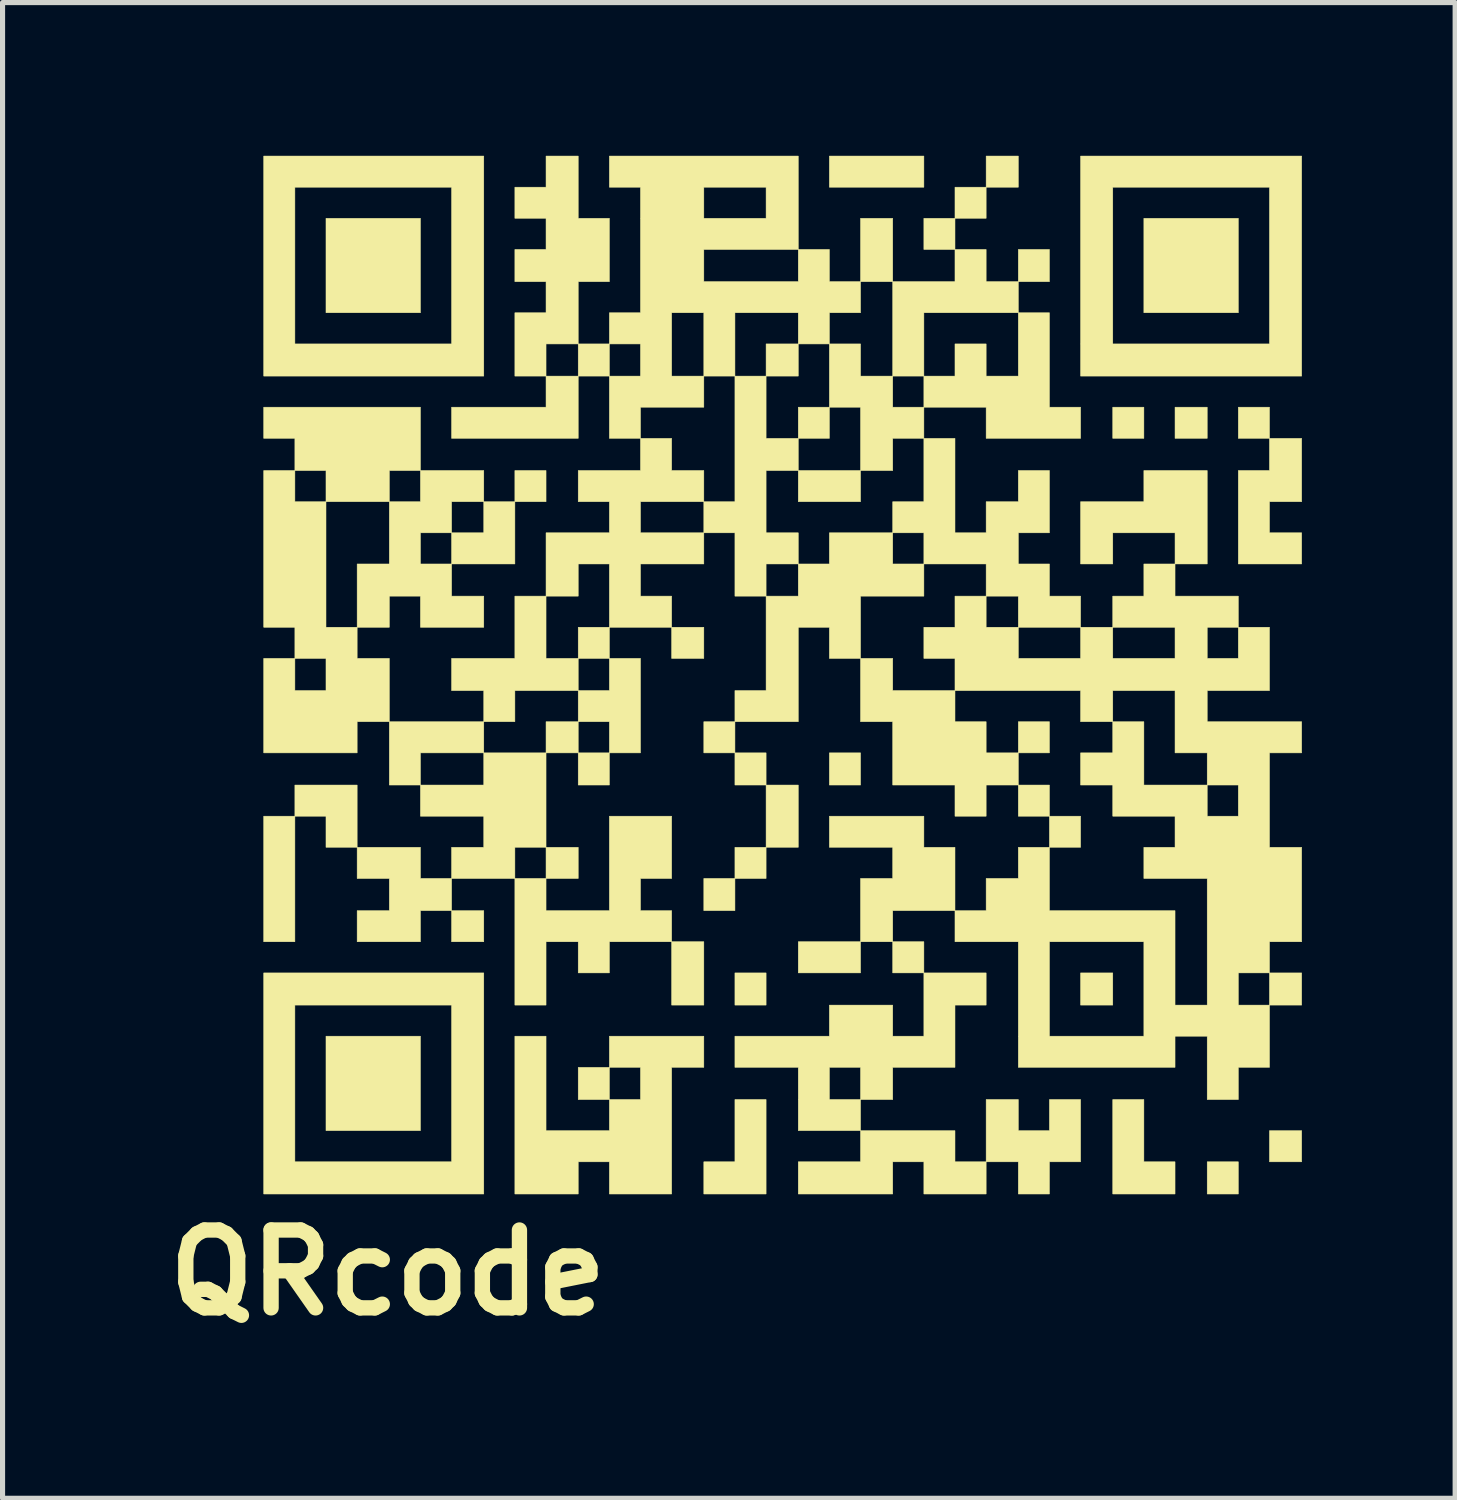
<source format=kicad_pcb>
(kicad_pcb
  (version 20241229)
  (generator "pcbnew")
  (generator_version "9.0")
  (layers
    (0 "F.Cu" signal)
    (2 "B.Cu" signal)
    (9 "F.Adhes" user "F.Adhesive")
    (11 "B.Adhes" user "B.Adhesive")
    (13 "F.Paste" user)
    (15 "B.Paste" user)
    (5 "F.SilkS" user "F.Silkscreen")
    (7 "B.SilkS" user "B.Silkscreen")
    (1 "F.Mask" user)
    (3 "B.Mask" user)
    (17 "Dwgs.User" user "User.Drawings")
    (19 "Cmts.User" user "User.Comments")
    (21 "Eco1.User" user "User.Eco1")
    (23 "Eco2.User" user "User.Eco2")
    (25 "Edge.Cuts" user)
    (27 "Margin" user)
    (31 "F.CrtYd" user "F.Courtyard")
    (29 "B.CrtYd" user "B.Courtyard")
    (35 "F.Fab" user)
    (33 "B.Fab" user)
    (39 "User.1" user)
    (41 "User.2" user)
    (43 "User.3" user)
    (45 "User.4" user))
  (footprint "QRcode"
    (layer "F.Cu")
    (at 12.273 10.165)
    (property "Reference" "QRcode" (at -7.73 11.7 0) (layer "F.SilkS") (effects (font (size 1.524 1.524) (thickness 0.3))))
    (attr through_hole)
    (fp_poly (pts (xy -9.55 5.222) (xy -10.16 5.222) (xy -10.16 2.764) (xy -9.55 2.764) (xy -9.55 5.222)) (stroke (width 0.01) (type solid)) (fill yes) (layer "F.SilkS"))
    (fp_poly (pts (xy -7.092 -7.092) (xy -8.941 -7.092) (xy -8.941 -8.941) (xy -7.092 -8.941) (xy -7.092 -7.092)) (stroke (width 0.01) (type solid)) (fill yes) (layer "F.SilkS"))
    (fp_poly (pts (xy -7.092 8.92) (xy -8.941 8.92) (xy -8.941 7.071) (xy -7.092 7.071) (xy -7.092 8.92)) (stroke (width 0.01) (type solid)) (fill yes) (layer "F.SilkS"))
    (fp_poly (pts (xy -5.852 5.222) (xy -6.482 5.222) (xy -6.482 4.613) (xy -5.852 4.613) (xy -5.852 5.222)) (stroke (width 0.01) (type solid)) (fill yes) (layer "F.SilkS"))
    (fp_poly (pts (xy -5.243 -4.003) (xy -4.633 -4.003) (xy -4.633 -3.393) (xy -5.243 -3.393) (xy -5.243 -4.003)) (stroke (width 0.01) (type solid)) (fill yes) (layer "F.SilkS"))
    (fp_poly (pts (xy -4.633 3.373) (xy -4.003 3.373) (xy -4.003 3.983) (xy -4.633 3.983) (xy -4.633 3.373)) (stroke (width 0.01) (type solid)) (fill yes) (layer "F.SilkS"))
    (fp_poly (pts (xy -1.544 -0.325) (xy -2.174 -0.325) (xy -2.174 -0.935) (xy -1.544 -0.935) (xy -1.544 -0.325)) (stroke (width 0.01) (type solid)) (fill yes) (layer "F.SilkS"))
    (fp_poly (pts (xy -1.544 1.524) (xy -1.544 0.914) (xy -0.935 0.914) (xy -0.935 1.524) (xy -1.544 1.524)) (stroke (width 0.01) (type solid)) (fill yes) (layer "F.SilkS"))
    (fp_poly (pts (xy -1.544 6.462) (xy -2.174 6.462) (xy -2.174 5.222) (xy -1.544 5.222) (xy -1.544 6.462)) (stroke (width 0.01) (type solid)) (fill yes) (layer "F.SilkS"))
    (fp_poly (pts (xy -0.935 2.154) (xy -0.935 1.524) (xy -0.325 1.524) (xy -0.325 2.154) (xy -0.935 2.154)) (stroke (width 0.01) (type solid)) (fill yes) (layer "F.SilkS"))
    (fp_poly (pts (xy -0.935 3.373) (xy -0.325 3.373) (xy -0.325 3.983) (xy -0.935 3.983) (xy -0.935 3.373)) (stroke (width 0.01) (type solid)) (fill yes) (layer "F.SilkS"))
    (fp_poly (pts (xy -0.935 4.613) (xy -1.544 4.613) (xy -1.544 3.983) (xy -0.935 3.983) (xy -0.935 4.613)) (stroke (width 0.01) (type solid)) (fill yes) (layer "F.SilkS"))
    (fp_poly (pts (xy -0.325 2.154) (xy 0.305 2.154) (xy 0.305 3.373) (xy -0.325 3.373) (xy -0.325 2.154)) (stroke (width 0.01) (type solid)) (fill yes) (layer "F.SilkS"))
    (fp_poly (pts (xy -0.325 6.462) (xy -0.935 6.462) (xy -0.935 5.832) (xy -0.325 5.832) (xy -0.325 6.462)) (stroke (width 0.01) (type solid)) (fill yes) (layer "F.SilkS"))
    (fp_poly (pts (xy 0.305 -5.852) (xy -0.325 -5.852) (xy -0.325 -6.482) (xy 0.305 -6.482) (xy 0.305 -5.852)) (stroke (width 0.01) (type solid)) (fill yes) (layer "F.SilkS"))
    (fp_poly (pts (xy 0.914 -4.633) (xy 0.305 -4.633) (xy 0.305 -5.243) (xy 0.914 -5.243) (xy 0.914 -4.633)) (stroke (width 0.01) (type solid)) (fill yes) (layer "F.SilkS"))
    (fp_poly (pts (xy 1.524 -7.701) (xy 1.524 -8.941) (xy 2.154 -8.941) (xy 2.154 -7.701) (xy 1.524 -7.701)) (stroke (width 0.01) (type solid)) (fill yes) (layer "F.SilkS"))
    (fp_poly (pts (xy 1.524 -3.393) (xy 0.305 -3.393) (xy 0.305 -4.003) (xy 1.524 -4.003) (xy 1.524 -3.393)) (stroke (width 0.01) (type solid)) (fill yes) (layer "F.SilkS"))
    (fp_poly (pts (xy 1.524 2.154) (xy 0.914 2.154) (xy 0.914 1.524) (xy 1.524 1.524) (xy 1.524 2.154)) (stroke (width 0.01) (type solid)) (fill yes) (layer "F.SilkS"))
    (fp_poly (pts (xy 1.524 5.832) (xy 0.305 5.832) (xy 0.305 5.222) (xy 1.524 5.222) (xy 1.524 5.832)) (stroke (width 0.01) (type solid)) (fill yes) (layer "F.SilkS"))
    (fp_poly (pts (xy 2.154 5.832) (xy 2.154 5.222) (xy 2.764 5.222) (xy 2.764 5.832) (xy 2.154 5.832)) (stroke (width 0.01) (type solid)) (fill yes) (layer "F.SilkS"))
    (fp_poly (pts (xy 2.764 -9.55) (xy 0.914 -9.55) (xy 0.914 -10.16) (xy 2.764 -10.16) (xy 2.764 -9.55)) (stroke (width 0.01) (type solid)) (fill yes) (layer "F.SilkS"))
    (fp_poly (pts (xy 3.373 -8.331) (xy 2.764 -8.331) (xy 2.764 -8.941) (xy 3.373 -8.941) (xy 3.373 -8.331)) (stroke (width 0.01) (type solid)) (fill yes) (layer "F.SilkS"))
    (fp_poly (pts (xy 3.983 -10.16) (xy 4.613 -10.16) (xy 4.613 -9.55) (xy 3.983 -9.55) (xy 3.983 -10.16)) (stroke (width 0.01) (type solid)) (fill yes) (layer "F.SilkS"))
    (fp_poly (pts (xy 3.983 -8.941) (xy 3.373 -8.941) (xy 3.373 -9.55) (xy 3.983 -9.55) (xy 3.983 -8.941)) (stroke (width 0.01) (type solid)) (fill yes) (layer "F.SilkS"))
    (fp_poly (pts (xy 4.613 -8.331) (xy 5.222 -8.331) (xy 5.222 -7.701) (xy 4.613 -7.701) (xy 4.613 -8.331)) (stroke (width 0.01) (type solid)) (fill yes) (layer "F.SilkS"))
    (fp_poly (pts (xy 4.613 2.764) (xy 4.613 2.154) (xy 5.222 2.154) (xy 5.222 2.764) (xy 4.613 2.764)) (stroke (width 0.01) (type solid)) (fill yes) (layer "F.SilkS"))
    (fp_poly (pts (xy 5.222 1.524) (xy 4.613 1.524) (xy 4.613 0.914) (xy 5.222 0.914) (xy 5.222 1.524)) (stroke (width 0.01) (type solid)) (fill yes) (layer "F.SilkS"))
    (fp_poly (pts (xy 5.832 2.764) (xy 5.832 3.373) (xy 5.222 3.373) (xy 5.222 2.764) (xy 5.832 2.764)) (stroke (width 0.01) (type solid)) (fill yes) (layer "F.SilkS"))
    (fp_poly (pts (xy 6.462 6.462) (xy 5.832 6.462) (xy 5.832 5.832) (xy 6.462 5.832) (xy 6.462 6.462)) (stroke (width 0.01) (type solid)) (fill yes) (layer "F.SilkS"))
    (fp_poly (pts (xy 7.071 -4.633) (xy 6.462 -4.633) (xy 6.462 -5.243) (xy 7.071 -5.243) (xy 7.071 -4.633)) (stroke (width 0.01) (type solid)) (fill yes) (layer "F.SilkS"))
    (fp_poly (pts (xy 8.311 -4.633) (xy 7.681 -4.633) (xy 7.681 -5.243) (xy 8.311 -5.243) (xy 8.311 -4.633)) (stroke (width 0.01) (type solid)) (fill yes) (layer "F.SilkS"))
    (fp_poly (pts (xy 8.92 -7.092) (xy 7.071 -7.092) (xy 7.071 -8.941) (xy 8.92 -8.941) (xy 8.92 -7.092)) (stroke (width 0.01) (type solid)) (fill yes) (layer "F.SilkS"))
    (fp_poly (pts (xy 8.92 -4.633) (xy 8.92 -5.243) (xy 9.53 -5.243) (xy 9.53 -4.633) (xy 8.92 -4.633)) (stroke (width 0.01) (type solid)) (fill yes) (layer "F.SilkS"))
    (fp_poly (pts (xy 8.92 10.16) (xy 8.311 10.16) (xy 8.311 9.53) (xy 8.92 9.53) (xy 8.92 10.16)) (stroke (width 0.01) (type solid)) (fill yes) (layer "F.SilkS"))
    (fp_poly (pts (xy 9.53 5.832) (xy 10.16 5.832) (xy 10.16 6.462) (xy 9.53 6.462) (xy 9.53 5.832)) (stroke (width 0.01) (type solid)) (fill yes) (layer "F.SilkS"))
    (fp_poly (pts (xy 10.16 9.53) (xy 9.53 9.53) (xy 9.53 8.92) (xy 10.16 8.92) (xy 10.16 9.53)) (stroke (width 0.01) (type solid)) (fill yes) (layer "F.SilkS"))
    (fp_poly (pts (xy -9.55 2.154) (xy -8.331 2.154) (xy -8.331 3.373) (xy -8.941 3.373) (xy -8.941 2.764) (xy -9.55 2.764) (xy -9.55 2.154)) (stroke (width 0.01) (type solid)) (fill yes) (layer "F.SilkS"))
    (fp_poly (pts (xy -0.325 10.16) (xy -1.544 10.16) (xy -1.544 9.53) (xy -0.935 9.53) (xy -0.935 8.311) (xy -0.325 8.311) (xy -0.325 10.16)) (stroke (width 0.01) (type solid)) (fill yes) (layer "F.SilkS"))
    (fp_poly (pts (xy 7.071 9.53) (xy 7.681 9.53) (xy 7.681 10.16) (xy 6.462 10.16) (xy 6.462 8.311) (xy 7.071 8.311) (xy 7.071 9.53)) (stroke (width 0.01) (type solid)) (fill yes) (layer "F.SilkS"))
    (fp_poly (pts (xy 3.983 -8.331) (xy 3.983 -7.701) (xy 4.613 -7.701) (xy 4.613 -7.092) (xy 2.764 -7.092) (xy 2.764 -5.852) (xy 2.154 -5.852) (xy 2.154 -7.701) (xy 3.373 -7.701) (xy 3.373 -8.331) (xy 3.983 -8.331)) (stroke (width 0.01) (type solid)) (fill yes) (layer "F.SilkS"))
    (fp_poly (pts (xy 7.681 -2.784) (xy 6.462 -2.784) (xy 6.462 -2.174) (xy 5.832 -2.174) (xy 5.832 -3.393) (xy 7.071 -3.393) (xy 7.071 -4.003) (xy 8.311 -4.003) (xy 8.311 -2.174) (xy 7.681 -2.174) (xy 7.681 -2.784)) (stroke (width 0.01) (type solid)) (fill yes) (layer "F.SilkS"))
    (fp_poly (pts (xy 10.16 -4.633) (xy 10.16 -3.393) (xy 9.53 -3.393) (xy 9.53 -2.784) (xy 10.16 -2.784) (xy 10.16 -2.174) (xy 8.92 -2.174) (xy 8.92 -4.003) (xy 9.53 -4.003) (xy 9.53 -4.633) (xy 10.16 -4.633)) (stroke (width 0.01) (type solid)) (fill yes) (layer "F.SilkS"))
    (fp_poly (pts (xy -5.852 -5.852) (xy -10.16 -5.852) (xy -10.16 -9.55) (xy -9.55 -9.55) (xy -9.55 -6.482) (xy -6.482 -6.482) (xy -6.482 -9.55) (xy -9.55 -9.55) (xy -10.16 -9.55) (xy -10.16 -10.16) (xy -5.852 -10.16) (xy -5.852 -5.852)) (stroke (width 0.01) (type solid)) (fill yes) (layer "F.SilkS"))
    (fp_poly (pts (xy -5.852 10.16) (xy -10.16 10.16) (xy -10.16 6.462) (xy -9.55 6.462) (xy -9.55 9.53) (xy -6.482 9.53) (xy -6.482 6.462) (xy -9.55 6.462) (xy -10.16 6.462) (xy -10.16 5.832) (xy -5.852 5.832) (xy -5.852 10.16)) (stroke (width 0.01) (type solid)) (fill yes) (layer "F.SilkS"))
    (fp_poly (pts (xy 10.16 -5.852) (xy 5.832 -5.852) (xy 5.832 -9.55) (xy 6.462 -9.55) (xy 6.462 -6.482) (xy 9.53 -6.482) (xy 9.53 -9.55) (xy 6.462 -9.55) (xy 5.832 -9.55) (xy 5.832 -10.16) (xy 10.16 -10.16) (xy 10.16 -5.852)) (stroke (width 0.01) (type solid)) (fill yes) (layer "F.SilkS"))
    (fp_poly (pts (xy -7.092 3.373) (xy -7.092 3.983) (xy -6.482 3.983) (xy -6.482 4.613) (xy -7.092 4.613) (xy -7.092 5.222) (xy -8.331 5.222) (xy -8.331 4.613) (xy -7.701 4.613) (xy -7.701 3.983) (xy -8.331 3.983) (xy -8.331 3.373) (xy -7.092 3.373)) (stroke (width 0.01) (type solid)) (fill yes) (layer "F.SilkS"))
    (fp_poly (pts (xy 1.524 3.983) (xy 2.154 3.983) (xy 2.154 3.373) (xy 0.914 3.373) (xy 0.914 2.764) (xy 2.764 2.764) (xy 2.764 3.373) (xy 3.373 3.373) (xy 3.373 4.613) (xy 2.154 4.613) (xy 2.154 5.222) (xy 1.524 5.222) (xy 1.524 3.983)) (stroke (width 0.01) (type solid)) (fill yes) (layer "F.SilkS"))
    (fp_poly (pts (xy 2.764 -4.633) (xy 2.154 -4.633) (xy 2.154 -4.003) (xy 1.524 -4.003) (xy 1.524 -5.243) (xy 0.914 -5.243) (xy 0.914 -6.482) (xy 1.524 -6.482) (xy 1.524 -5.852) (xy 2.154 -5.852) (xy 2.154 -5.243) (xy 2.764 -5.243) (xy 2.764 -4.633)) (stroke (width 0.01) (type solid)) (fill yes) (layer "F.SilkS"))
    (fp_poly (pts (xy 3.983 8.311) (xy 4.613 8.311) (xy 4.613 8.92) (xy 5.222 8.92) (xy 5.222 8.311) (xy 5.832 8.311) (xy 5.832 9.53) (xy 5.222 9.53) (xy 5.222 10.16) (xy 4.613 10.16) (xy 4.613 9.53) (xy 3.983 9.53) (xy 3.983 8.311)) (stroke (width 0.01) (type solid)) (fill yes) (layer "F.SilkS"))
    (fp_poly (pts (xy 3.983 10.16) (xy 2.764 10.16) (xy 2.764 9.53) (xy 2.154 9.53) (xy 2.154 10.16) (xy 0.305 10.16) (xy 0.305 9.53) (xy 1.524 9.53) (xy 1.524 8.92) (xy 3.373 8.92) (xy 3.373 9.53) (xy 3.983 9.53) (xy 3.983 10.16)) (stroke (width 0.01) (type solid)) (fill yes) (layer "F.SilkS"))
    (fp_poly (pts (xy 2.764 -5.852) (xy 3.373 -5.852) (xy 3.373 -6.482) (xy 3.983 -6.482) (xy 3.983 -5.852) (xy 4.613 -5.852) (xy 4.613 -7.092) (xy 5.222 -7.092) (xy 5.222 -5.243) (xy 5.832 -5.243) (xy 5.832 -4.633) (xy 3.983 -4.633) (xy 3.983 -5.243) (xy 2.764 -5.243) (xy 2.764 -5.852)) (stroke (width 0.01) (type solid)) (fill yes) (layer "F.SilkS"))
    (fp_poly (pts (xy -0.935 -1.544) (xy -0.935 -2.784) (xy -1.544 -2.784) (xy -1.544 -3.393) (xy -0.935 -3.393) (xy -0.935 -5.852) (xy -0.325 -5.852) (xy -0.325 -4.633) (xy 0.305 -4.633) (xy 0.305 -4.003) (xy -0.325 -4.003) (xy -0.325 -2.784) (xy 0.305 -2.784) (xy 0.305 -2.174) (xy -0.325 -2.174) (xy -0.325 -1.544) (xy -0.935 -1.544)) (stroke (width 0.01) (type solid)) (fill yes) (layer "F.SilkS"))
    (fp_poly (pts (xy 2.154 -0.325) (xy 2.154 0.305) (xy 3.373 0.305) (xy 3.373 0.914) (xy 3.983 0.914) (xy 3.983 1.524) (xy 4.613 1.524) (xy 4.613 2.154) (xy 3.983 2.154) (xy 3.983 2.764) (xy 3.373 2.764) (xy 3.373 2.154) (xy 2.154 2.154) (xy 2.154 0.914) (xy 1.524 0.914) (xy 1.524 -0.325) (xy 2.154 -0.325)) (stroke (width 0.01) (type solid)) (fill yes) (layer "F.SilkS"))
    (fp_poly (pts (xy -4.633 4.613) (xy -3.393 4.613) (xy -3.393 2.764) (xy -2.174 2.764) (xy -2.174 3.983) (xy -2.784 3.983) (xy -2.784 4.613) (xy -2.174 4.613) (xy -2.174 5.222) (xy -3.393 5.222) (xy -3.393 5.832) (xy -4.003 5.832) (xy -4.003 5.222) (xy -4.633 5.222) (xy -4.633 6.462) (xy -5.243 6.462) (xy -5.243 3.983) (xy -4.633 3.983) (xy -4.633 4.613)) (stroke (width 0.01) (type solid)) (fill yes) (layer "F.SilkS"))
    (fp_poly (pts (xy -4.633 8.92) (xy -3.393 8.92) (xy -3.393 8.311) (xy -4.003 8.311) (xy -4.003 7.681) (xy -3.393 7.681) (xy -3.393 8.311) (xy -2.784 8.311) (xy -2.784 7.681) (xy -3.393 7.681) (xy -3.393 7.071) (xy -1.544 7.071) (xy -1.544 7.681) (xy -2.174 7.681) (xy -2.174 10.16) (xy -3.393 10.16) (xy -3.393 9.53) (xy -4.003 9.53) (xy -4.003 10.16) (xy -5.243 10.16) (xy -5.243 7.071) (xy -4.633 7.071) (xy -4.633 8.92)) (stroke (width 0.01) (type solid)) (fill yes) (layer "F.SilkS"))
    (fp_poly (pts (xy 0.305 8.92) (xy 0.305 7.681) (xy 0.914 7.681) (xy 0.914 8.311) (xy 1.524 8.311) (xy 1.524 7.681) (xy 0.914 7.681) (xy 0.305 7.681) (xy -0.935 7.681) (xy -0.935 7.071) (xy 0.914 7.071) (xy 0.914 6.462) (xy 2.154 6.462) (xy 2.154 7.071) (xy 2.764 7.071) (xy 2.764 5.832) (xy 3.983 5.832) (xy 3.983 6.462) (xy 3.373 6.462) (xy 3.373 7.681) (xy 2.154 7.681) (xy 2.154 8.311) (xy 1.524 8.311) (xy 1.524 8.92) (xy 0.305 8.92)) (stroke (width 0.01) (type solid)) (fill yes) (layer "F.SilkS"))
    (fp_poly (pts (xy -8.941 -0.935) (xy -8.331 -0.935) (xy -8.331 -0.325) (xy -7.701 -0.325) (xy -7.701 0.914) (xy -8.331 0.914) (xy -8.331 1.524) (xy -10.16 1.524) (xy -10.16 -0.325) (xy -9.55 -0.325) (xy -9.55 0.305) (xy -8.941 0.305) (xy -8.941 -0.325) (xy -9.55 -0.325) (xy -9.55 -0.935) (xy -10.16 -0.935) (xy -10.16 -4.003) (xy -9.55 -4.003) (xy -9.55 -3.393) (xy -8.941 -3.393) (xy -8.941 -4.003) (xy -9.55 -4.003) (xy -9.55 -4.633) (xy -10.16 -4.633) (xy -10.16 -5.243) (xy -7.092 -5.243) (xy -7.092 -4.003) (xy -7.701 -4.003) (xy -7.701 -3.393) (xy -8.941 -3.393) (xy -8.941 -0.935)) (stroke (width 0.01) (type solid)) (fill yes) (layer "F.SilkS"))
    (fp_poly (pts (xy -5.243 -2.174) (xy -6.482 -2.174) (xy -6.482 -1.544) (xy -5.852 -1.544) (xy -5.852 -0.935) (xy -7.092 -0.935) (xy -7.092 -1.544) (xy -7.701 -1.544) (xy -7.701 -0.935) (xy -8.331 -0.935) (xy -8.331 -2.174) (xy -7.701 -2.174) (xy -7.701 -2.784) (xy -7.092 -2.784) (xy -7.092 -2.174) (xy -6.482 -2.174) (xy -6.482 -2.784) (xy -7.092 -2.784) (xy -7.701 -2.784) (xy -7.701 -3.393) (xy -7.092 -3.393) (xy -6.482 -3.393) (xy -6.482 -2.784) (xy -5.852 -2.784) (xy -5.852 -3.393) (xy -6.482 -3.393) (xy -7.092 -3.393) (xy -7.092 -4.003) (xy -5.852 -4.003) (xy -5.852 -3.393) (xy -5.243 -3.393) (xy -5.243 -2.174)) (stroke (width 0.01) (type solid)) (fill yes) (layer "F.SilkS"))
    (fp_poly (pts (xy -1.544 -2.174) (xy -2.784 -2.174) (xy -2.784 -1.544) (xy -2.174 -1.544) (xy -2.174 -0.935) (xy -3.393 -0.935) (xy -3.393 -0.325) (xy -2.784 -0.325) (xy -2.784 1.524) (xy -3.393 1.524) (xy -3.393 2.154) (xy -4.003 2.154) (xy -4.003 1.524) (xy -4.633 1.524) (xy -4.633 3.373) (xy -5.243 3.373) (xy -5.243 3.983) (xy -6.482 3.983) (xy -6.482 3.373) (xy -5.852 3.373) (xy -5.852 2.764) (xy -7.092 2.764) (xy -7.092 2.154) (xy -7.701 2.154) (xy -7.701 1.524) (xy -7.092 1.524) (xy -7.092 2.154) (xy -5.852 2.154) (xy -5.852 1.524) (xy -7.092 1.524) (xy -7.701 1.524) (xy -7.701 0.914) (xy -5.852 0.914) (xy -5.852 1.524) (xy -4.633 1.524) (xy -4.633 0.914) (xy -4.003 0.914) (xy -4.003 1.524) (xy -3.393 1.524) (xy -3.393 0.914) (xy -4.003 0.914) (xy -4.003 0.305) (xy -5.243 0.305) (xy -5.243 0.914) (xy -5.852 0.914) (xy -5.852 0.305) (xy -6.482 0.305) (xy -6.482 -0.325) (xy -5.243 -0.325) (xy -5.243 -1.544) (xy -4.633 -1.544) (xy -4.633 -0.325) (xy -4.003 -0.325) (xy -4.003 0.305) (xy -3.393 0.305) (xy -3.393 -0.325) (xy -4.003 -0.325) (xy -4.003 -0.935) (xy -3.393 -0.935) (xy -3.393 -2.174) (xy -4.003 -2.174) (xy -4.003 -1.544) (xy -4.633 -1.544) (xy -4.633 -2.784) (xy -3.393 -2.784) (xy -3.393 -3.393) (xy -4.003 -3.393) (xy -4.003 -4.003) (xy -2.784 -4.003) (xy -2.784 -4.633) (xy -2.174 -4.633) (xy -2.174 -4.003) (xy -1.544 -4.003) (xy -1.544 -3.393) (xy -2.784 -3.393) (xy -2.784 -2.784) (xy -1.544 -2.784) (xy -1.544 -2.174)) (stroke (width 0.01) (type solid)) (fill yes) (layer "F.SilkS"))
    (fp_poly (pts (xy 0.914 -8.331) (xy 0.914 -7.701) (xy 1.524 -7.701) (xy 1.524 -7.092) (xy 0.914 -7.092) (xy 0.914 -6.482) (xy 0.305 -6.482) (xy 0.305 -7.092) (xy -0.935 -7.092) (xy -0.935 -5.852) (xy -1.544 -5.852) (xy -1.544 -5.243) (xy -2.784 -5.243) (xy -2.784 -4.633) (xy -3.393 -4.633) (xy -3.393 -5.852) (xy -4.003 -5.852) (xy -4.003 -4.633) (xy -6.482 -4.633) (xy -6.482 -5.243) (xy -4.633 -5.243) (xy -4.633 -5.852) (xy -5.243 -5.852) (xy -5.243 -6.482) (xy -4.633 -6.482) (xy -4.633 -5.852) (xy -4.003 -5.852) (xy -4.003 -6.482) (xy -4.633 -6.482) (xy -5.243 -6.482) (xy -5.243 -7.092) (xy -4.633 -7.092) (xy -4.633 -7.701) (xy -5.243 -7.701) (xy -5.243 -8.331) (xy -4.633 -8.331) (xy -4.633 -8.941) (xy -5.243 -8.941) (xy -5.243 -9.55) (xy -4.633 -9.55) (xy -4.633 -10.16) (xy -4.003 -10.16) (xy -4.003 -8.941) (xy -3.393 -8.941) (xy -3.393 -7.701) (xy -4.003 -7.701) (xy -4.003 -6.482) (xy -3.393 -6.482) (xy -3.393 -5.852) (xy -2.784 -5.852) (xy -2.784 -6.482) (xy -3.393 -6.482) (xy -3.393 -7.092) (xy -2.784 -7.092) (xy -2.174 -7.092) (xy -2.174 -5.852) (xy -1.544 -5.852) (xy -1.544 -7.092) (xy -2.174 -7.092) (xy -2.784 -7.092) (xy -2.784 -8.331) (xy -1.544 -8.331) (xy -1.544 -7.701) (xy 0.305 -7.701) (xy 0.305 -8.331) (xy -1.544 -8.331) (xy -2.784 -8.331) (xy -2.784 -9.55) (xy -1.544 -9.55) (xy -1.544 -8.941) (xy -0.325 -8.941) (xy -0.325 -9.55) (xy -1.544 -9.55) (xy -2.784 -9.55) (xy -3.393 -9.55) (xy -3.393 -10.16) (xy 0.305 -10.16) (xy 0.305 -8.331) (xy 0.914 -8.331)) (stroke (width 0.01) (type solid)) (fill yes) (layer "F.SilkS"))
    (fp_poly (pts (xy 7.681 -1.544) (xy 8.92 -1.544) (xy 8.92 -0.935) (xy 9.53 -0.935) (xy 9.53 0.305) (xy 8.311 0.305) (xy 8.311 0.914) (xy 10.16 0.914) (xy 10.16 1.524) (xy 9.53 1.524) (xy 9.53 3.373) (xy 10.16 3.373) (xy 10.16 5.222) (xy 9.53 5.222) (xy 9.53 5.832) (xy 8.92 5.832) (xy 8.92 6.462) (xy 9.53 6.462) (xy 9.53 7.681) (xy 8.92 7.681) (xy 8.92 8.311) (xy 8.311 8.311) (xy 8.311 7.071) (xy 7.681 7.071) (xy 7.681 7.681) (xy 4.613 7.681) (xy 4.613 5.222) (xy 5.222 5.222) (xy 5.222 7.071) (xy 7.071 7.071) (xy 7.071 5.222) (xy 5.222 5.222) (xy 4.613 5.222) (xy 3.373 5.222) (xy 3.373 4.613) (xy 3.983 4.613) (xy 3.983 3.983) (xy 4.613 3.983) (xy 4.613 3.373) (xy 5.222 3.373) (xy 5.222 4.613) (xy 7.681 4.613) (xy 7.681 6.462) (xy 8.311 6.462) (xy 8.311 3.983) (xy 7.071 3.983) (xy 7.071 3.373) (xy 7.681 3.373) (xy 7.681 2.764) (xy 8.311 2.764) (xy 8.92 2.764) (xy 8.92 2.154) (xy 8.311 2.154) (xy 8.311 2.764) (xy 7.681 2.764) (xy 6.462 2.764) (xy 6.462 2.154) (xy 5.832 2.154) (xy 5.832 1.524) (xy 6.462 1.524) (xy 6.462 0.914) (xy 5.832 0.914) (xy 5.832 0.305) (xy 6.462 0.305) (xy 6.462 0.914) (xy 7.071 0.914) (xy 7.071 2.154) (xy 8.311 2.154) (xy 8.311 1.524) (xy 7.681 1.524) (xy 7.681 0.305) (xy 6.462 0.305) (xy 5.832 0.305) (xy 3.373 0.305) (xy 3.373 -0.325) (xy 4.613 -0.325) (xy 5.832 -0.325) (xy 5.832 -0.935) (xy 4.613 -0.935) (xy 4.613 -0.325) (xy 3.373 -0.325) (xy 2.764 -0.325) (xy 2.764 -0.935) (xy 3.373 -0.935) (xy 3.373 -1.544) (xy 3.983 -1.544) (xy 3.983 -0.935) (xy 4.613 -0.935) (xy 4.613 -1.544) (xy 3.983 -1.544) (xy 3.983 -2.174) (xy 2.764 -2.174) (xy 2.764 -1.544) (xy 1.524 -1.544) (xy 1.524 -0.325) (xy 0.914 -0.325) (xy 0.914 -0.935) (xy 0.305 -0.935) (xy 0.305 0.914) (xy -0.935 0.914) (xy -0.935 0.305) (xy -0.325 0.305) (xy -0.325 -1.544) (xy 0.305 -1.544) (xy 0.305 -2.174) (xy 0.914 -2.174) (xy 0.914 -2.784) (xy 2.154 -2.784) (xy 2.154 -2.174) (xy 2.764 -2.174) (xy 2.764 -2.784) (xy 2.154 -2.784) (xy 2.154 -3.393) (xy 2.764 -3.393) (xy 2.764 -4.633) (xy 3.373 -4.633) (xy 3.373 -2.784) (xy 3.983 -2.784) (xy 3.983 -3.393) (xy 4.613 -3.393) (xy 4.613 -4.003) (xy 5.222 -4.003) (xy 5.222 -2.784) (xy 4.613 -2.784) (xy 4.613 -2.174) (xy 5.222 -2.174) (xy 5.222 -1.544) (xy 5.832 -1.544) (xy 5.832 -0.935) (xy 6.462 -0.935) (xy 6.462 -0.325) (xy 7.681 -0.325) (xy 7.681 -0.935) (xy 8.311 -0.935) (xy 8.311 -0.325) (xy 8.92 -0.325) (xy 8.92 -0.935) (xy 8.311 -0.935) (xy 7.681 -0.935) (xy 6.462 -0.935) (xy 6.462 -1.544) (xy 7.071 -1.544) (xy 7.071 -2.174) (xy 7.681 -2.174) (xy 7.681 -1.544)) (stroke (width 0.01) (type solid)) (fill yes) (layer "F.SilkS")))
  (gr_rect
    (start -3 -3)
    (end 25.438 26.283)
    (stroke (width 0.1) (type default))
    (fill no)
    (layer "Edge.Cuts")))
</source>
